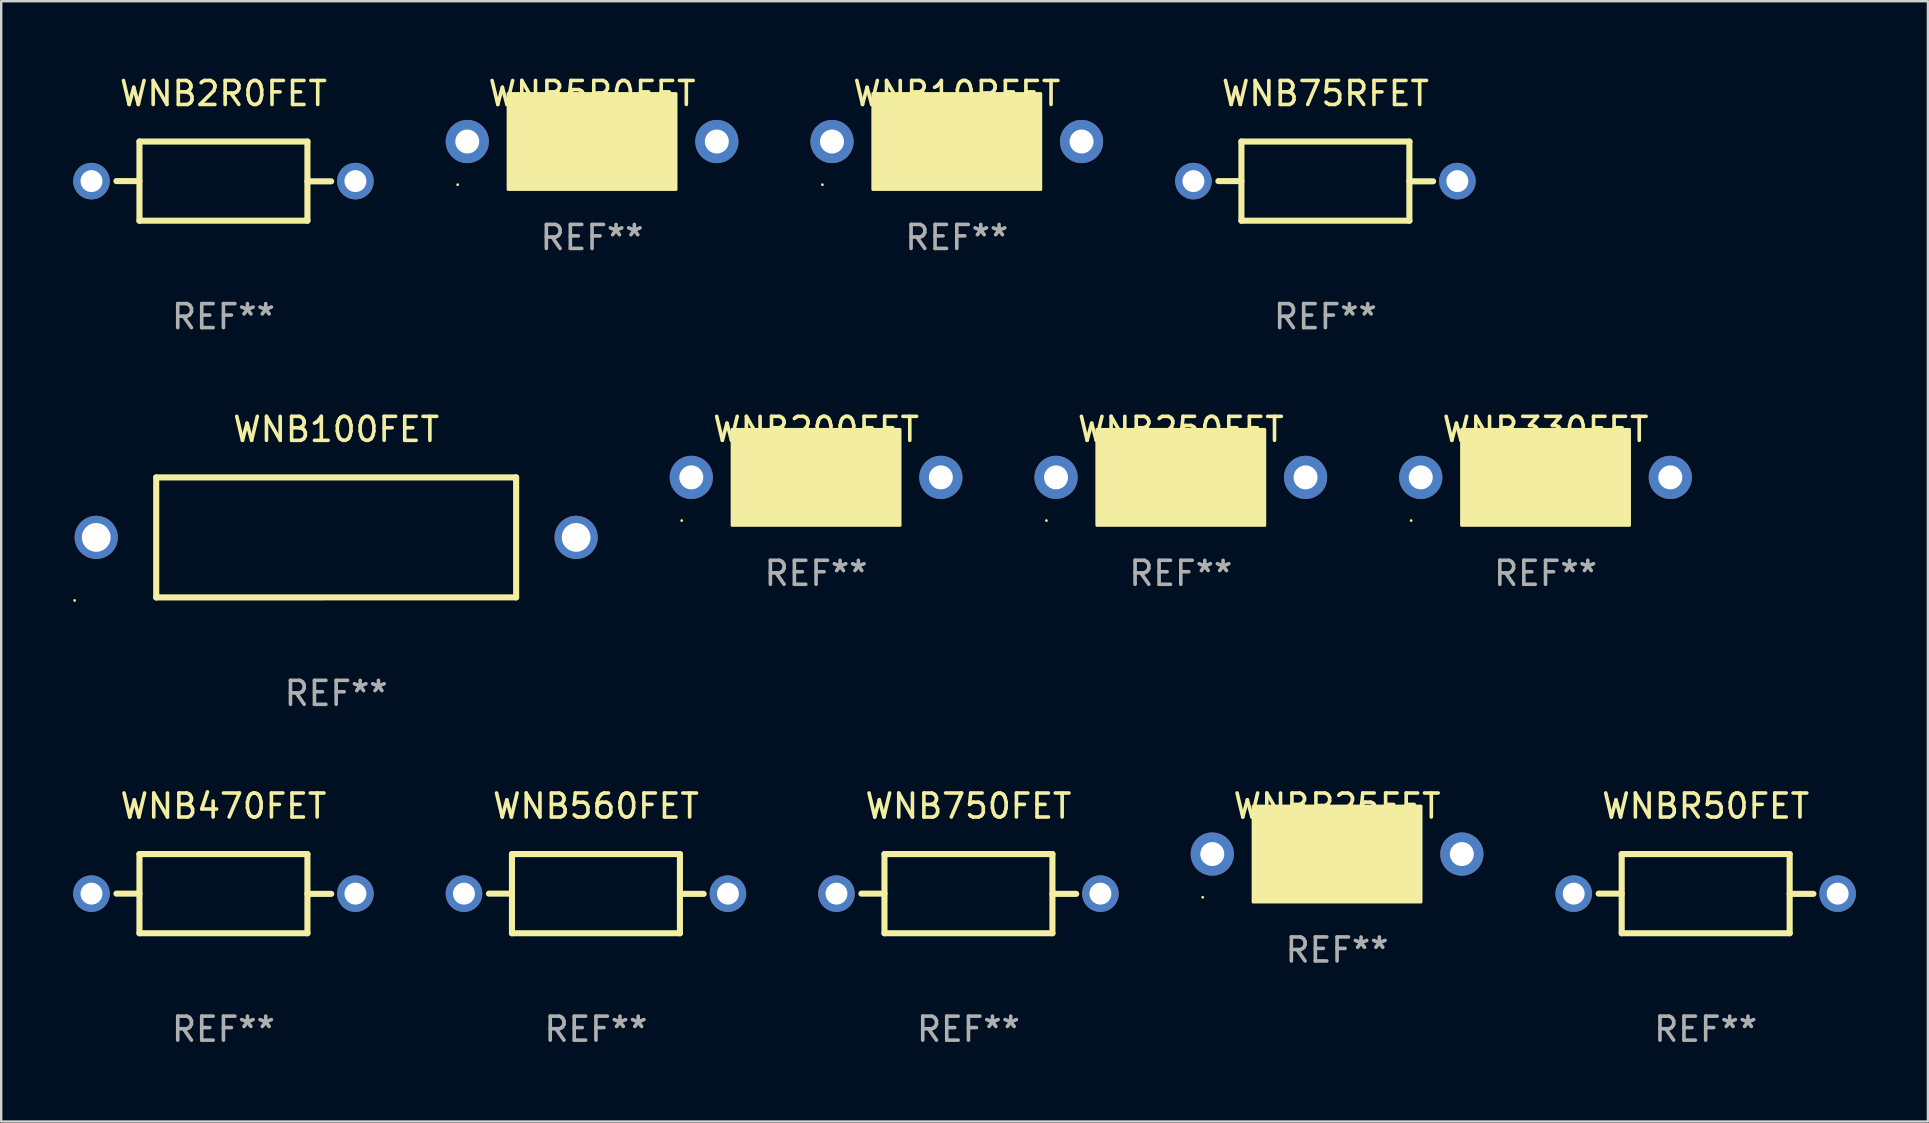
<source format=kicad_pcb>
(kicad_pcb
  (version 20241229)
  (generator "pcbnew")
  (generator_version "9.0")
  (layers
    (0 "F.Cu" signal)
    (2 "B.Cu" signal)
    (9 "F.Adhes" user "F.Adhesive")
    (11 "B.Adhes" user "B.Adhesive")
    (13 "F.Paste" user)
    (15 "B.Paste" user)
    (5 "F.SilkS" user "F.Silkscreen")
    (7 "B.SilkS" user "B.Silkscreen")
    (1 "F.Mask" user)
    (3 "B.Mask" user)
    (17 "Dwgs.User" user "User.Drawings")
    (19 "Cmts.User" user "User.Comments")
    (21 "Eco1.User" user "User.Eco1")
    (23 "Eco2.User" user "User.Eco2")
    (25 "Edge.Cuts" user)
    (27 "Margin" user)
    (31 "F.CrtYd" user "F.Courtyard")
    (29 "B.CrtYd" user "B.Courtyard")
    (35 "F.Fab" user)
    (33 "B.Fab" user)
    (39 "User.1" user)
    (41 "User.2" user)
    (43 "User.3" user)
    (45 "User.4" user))
  (footprint "WNB750FET"
    (layer "F.Cu")
    (at 37.31 34.193)
    (property "Reference" "WNB750FET" (at 0 -3.65 0) (layer "F.SilkS") (effects (font (size 1 1) (thickness 0.15))))
    (attr through_hole)
    (fp_line (start -3.5 -1.65) (end -3.5 1.65) (stroke (width 0.254) (type solid)) (layer "F.SilkS"))
    (fp_line (start -3.5 -1.65) (end 3.5 -1.65) (stroke (width 0.254) (type solid)) (layer "F.SilkS"))
    (fp_line (start -3.5 -0.000368) (end -4.46 -0.000368) (stroke (width 0.254) (type solid)) (layer "F.SilkS"))
    (fp_line (start -3.5 1.65) (end 3.5 1.65) (stroke (width 0.254) (type solid)) (layer "F.SilkS"))
    (fp_line (start 3.5 -1.65) (end 3.5 1.65) (stroke (width 0.254) (type solid)) (layer "F.SilkS"))
    (fp_line (start 3.5 0.009) (end 4.49 0.009) (stroke (width 0.254) (type solid)) (layer "F.SilkS"))
    (fp_text user "REF**" (at 0 5.65 0) (layer "F.Fab") (effects (font (size 1 1) (thickness 0.15))))
    (pad "1" thru_hole circle (at -5.5 0.000013) (size 1.524 1.524) (drill 0.914) (layers "*.Cu" "*.Mask"))
    (pad "2" thru_hole circle (at 5.5 0.000013) (size 1.524 1.524) (drill 0.914) (layers "*.Cu" "*.Mask")))
  (footprint "WNB330FET"
    (layer "F.Cu")
    (at 61.36 16.845)
    (property "Reference" "WNB330FET" (at 0 -2 0) (layer "F.SilkS") (effects (font (size 1 1) (thickness 0.15))))
    (attr through_hole)
    (fp_circle (center -5.6 1.8) (end -5.57 1.8) (stroke (width 0.06) (type solid)) (fill no) (layer "F.SilkS"))
    (fp_poly (pts (xy -3.5 -2) (xy 3.5 -2) (xy 3.5 2) (xy -3.5 2)) (stroke (width 0.12) (type solid)) (fill yes) (layer "F.SilkS"))
    (fp_text user "REF**" (at 0 4 0) (layer "F.Fab") (effects (font (size 1 1) (thickness 0.15))))
    (pad "1" thru_hole circle (at -5.2 0) (size 1.8 1.8) (drill 1) (layers "*.Cu" "*.Mask"))
    (pad "2" thru_hole circle (at 5.2 0) (size 1.8 1.8) (drill 1) (layers "*.Cu" "*.Mask")))
  (footprint "WNBR25FET"
    (layer "F.Cu")
    (at 52.672 32.543)
    (property "Reference" "WNBR25FET" (at 0 -2 0) (layer "F.SilkS") (effects (font (size 1 1) (thickness 0.15))))
    (attr through_hole)
    (fp_circle (center -5.6 1.8) (end -5.57 1.8) (stroke (width 0.06) (type solid)) (fill no) (layer "F.SilkS"))
    (fp_poly (pts (xy -3.5 -2) (xy 3.5 -2) (xy 3.5 2) (xy -3.5 2)) (stroke (width 0.12) (type solid)) (fill yes) (layer "F.SilkS"))
    (fp_text user "REF**" (at 0 4 0) (layer "F.Fab") (effects (font (size 1 1) (thickness 0.15))))
    (pad "1" thru_hole circle (at -5.2 0) (size 1.8 1.8) (drill 1) (layers "*.Cu" "*.Mask"))
    (pad "2" thru_hole circle (at 5.2 0) (size 1.8 1.8) (drill 1) (layers "*.Cu" "*.Mask")))
  (footprint "WNB100FET"
    (layer "F.Cu")
    (at 10.96 19.346)
    (property "Reference" "WNB100FET" (at 0 -4.501 0) (layer "F.SilkS") (effects (font (size 1 1) (thickness 0.15))))
    (attr through_hole)
    (fp_line (start -7.5 -2.5) (end 7.5 -2.501) (stroke (width 0.254) (type solid)) (layer "F.SilkS"))
    (fp_line (start -7.5 2.501) (end -7.5 -2.5) (stroke (width 0.254) (type solid)) (layer "F.SilkS"))
    (fp_line (start 7.5 -2.501) (end 7.5 2.499) (stroke (width 0.254) (type solid)) (layer "F.SilkS"))
    (fp_line (start 7.5 2.499) (end -7.5 2.501) (stroke (width 0.254) (type solid)) (layer "F.SilkS"))
    (fp_circle (center -10.9 2.628) (end -10.87 2.628) (stroke (width 0.06) (type solid)) (fill no) (layer "F.SilkS"))
    (fp_text user "REF**" (at 0 6.501 0) (layer "F.Fab") (effects (font (size 1 1) (thickness 0.15))))
    (pad "1" thru_hole circle (at -10 0.000013) (size 1.8 1.8) (drill 1.2) (layers "*.Cu" "*.Mask"))
    (pad "2" thru_hole circle (at 10 0.000013) (size 1.8 1.8) (drill 1.2) (layers "*.Cu" "*.Mask")))
  (footprint "WNB10RFET"
    (layer "F.Cu")
    (at 36.824 2.848)
    (property "Reference" "WNB10RFET" (at 0 -2 0) (layer "F.SilkS") (effects (font (size 1 1) (thickness 0.15))))
    (attr through_hole)
    (fp_circle (center -5.6 1.8) (end -5.57 1.8) (stroke (width 0.06) (type solid)) (fill no) (layer "F.SilkS"))
    (fp_poly (pts (xy -3.5 -2) (xy 3.5 -2) (xy 3.5 2) (xy -3.5 2)) (stroke (width 0.12) (type solid)) (fill yes) (layer "F.SilkS"))
    (fp_text user "REF**" (at 0 4 0) (layer "F.Fab") (effects (font (size 1 1) (thickness 0.15))))
    (pad "1" thru_hole circle (at -5.2 0) (size 1.8 1.8) (drill 1) (layers "*.Cu" "*.Mask"))
    (pad "2" thru_hole circle (at 5.2 0) (size 1.8 1.8) (drill 1) (layers "*.Cu" "*.Mask")))
  (footprint "WNB470FET"
    (layer "F.Cu")
    (at 6.262 34.193)
    (property "Reference" "WNB470FET" (at 0 -3.65 0) (layer "F.SilkS") (effects (font (size 1 1) (thickness 0.15))))
    (attr through_hole)
    (fp_line (start -3.5 -1.65) (end -3.5 1.65) (stroke (width 0.254) (type solid)) (layer "F.SilkS"))
    (fp_line (start -3.5 -1.65) (end 3.5 -1.65) (stroke (width 0.254) (type solid)) (layer "F.SilkS"))
    (fp_line (start -3.5 -0.000368) (end -4.46 -0.000368) (stroke (width 0.254) (type solid)) (layer "F.SilkS"))
    (fp_line (start -3.5 1.65) (end 3.5 1.65) (stroke (width 0.254) (type solid)) (layer "F.SilkS"))
    (fp_line (start 3.5 -1.65) (end 3.5 1.65) (stroke (width 0.254) (type solid)) (layer "F.SilkS"))
    (fp_line (start 3.5 0.009) (end 4.49 0.009) (stroke (width 0.254) (type solid)) (layer "F.SilkS"))
    (fp_text user "REF**" (at 0 5.65 0) (layer "F.Fab") (effects (font (size 1 1) (thickness 0.15))))
    (pad "1" thru_hole circle (at -5.5 0.000013) (size 1.524 1.524) (drill 0.914) (layers "*.Cu" "*.Mask"))
    (pad "2" thru_hole circle (at 5.5 0.000013) (size 1.524 1.524) (drill 0.914) (layers "*.Cu" "*.Mask")))
  (footprint "WNB560FET"
    (layer "F.Cu")
    (at 21.786 34.193)
    (property "Reference" "WNB560FET" (at 0 -3.65 0) (layer "F.SilkS") (effects (font (size 1 1) (thickness 0.15))))
    (attr through_hole)
    (fp_line (start -3.5 -1.65) (end -3.5 1.65) (stroke (width 0.254) (type solid)) (layer "F.SilkS"))
    (fp_line (start -3.5 -1.65) (end 3.5 -1.65) (stroke (width 0.254) (type solid)) (layer "F.SilkS"))
    (fp_line (start -3.5 -0.000368) (end -4.46 -0.000368) (stroke (width 0.254) (type solid)) (layer "F.SilkS"))
    (fp_line (start -3.5 1.65) (end 3.5 1.65) (stroke (width 0.254) (type solid)) (layer "F.SilkS"))
    (fp_line (start 3.5 -1.65) (end 3.5 1.65) (stroke (width 0.254) (type solid)) (layer "F.SilkS"))
    (fp_line (start 3.5 0.009) (end 4.49 0.009) (stroke (width 0.254) (type solid)) (layer "F.SilkS"))
    (fp_text user "REF**" (at 0 5.65 0) (layer "F.Fab") (effects (font (size 1 1) (thickness 0.15))))
    (pad "1" thru_hole circle (at -5.5 0.000013) (size 1.524 1.524) (drill 0.914) (layers "*.Cu" "*.Mask"))
    (pad "2" thru_hole circle (at 5.5 0.000013) (size 1.524 1.524) (drill 0.914) (layers "*.Cu" "*.Mask")))
  (footprint "WNB2R0FET"
    (layer "F.Cu")
    (at 6.262 4.498)
    (property "Reference" "WNB2R0FET" (at 0 -3.65 0) (layer "F.SilkS") (effects (font (size 1 1) (thickness 0.15))))
    (attr through_hole)
    (fp_line (start -3.5 -1.65) (end -3.5 1.65) (stroke (width 0.254) (type solid)) (layer "F.SilkS"))
    (fp_line (start -3.5 -1.65) (end 3.5 -1.65) (stroke (width 0.254) (type solid)) (layer "F.SilkS"))
    (fp_line (start -3.5 -0.000368) (end -4.46 -0.000368) (stroke (width 0.254) (type solid)) (layer "F.SilkS"))
    (fp_line (start -3.5 1.65) (end 3.5 1.65) (stroke (width 0.254) (type solid)) (layer "F.SilkS"))
    (fp_line (start 3.5 -1.65) (end 3.5 1.65) (stroke (width 0.254) (type solid)) (layer "F.SilkS"))
    (fp_line (start 3.5 0.009) (end 4.49 0.009) (stroke (width 0.254) (type solid)) (layer "F.SilkS"))
    (fp_text user "REF**" (at 0 5.65 0) (layer "F.Fab") (effects (font (size 1 1) (thickness 0.15))))
    (pad "1" thru_hole circle (at -5.5 0.000013) (size 1.524 1.524) (drill 0.914) (layers "*.Cu" "*.Mask"))
    (pad "2" thru_hole circle (at 5.5 0.000013) (size 1.524 1.524) (drill 0.914) (layers "*.Cu" "*.Mask")))
  (footprint "WNBR50FET"
    (layer "F.Cu")
    (at 68.034 34.193)
    (property "Reference" "WNBR50FET" (at 0 -3.65 0) (layer "F.SilkS") (effects (font (size 1 1) (thickness 0.15))))
    (attr through_hole)
    (fp_line (start -3.5 -1.65) (end -3.5 1.65) (stroke (width 0.254) (type solid)) (layer "F.SilkS"))
    (fp_line (start -3.5 -1.65) (end 3.5 -1.65) (stroke (width 0.254) (type solid)) (layer "F.SilkS"))
    (fp_line (start -3.5 -0.000368) (end -4.46 -0.000368) (stroke (width 0.254) (type solid)) (layer "F.SilkS"))
    (fp_line (start -3.5 1.65) (end 3.5 1.65) (stroke (width 0.254) (type solid)) (layer "F.SilkS"))
    (fp_line (start 3.5 -1.65) (end 3.5 1.65) (stroke (width 0.254) (type solid)) (layer "F.SilkS"))
    (fp_line (start 3.5 0.009) (end 4.49 0.009) (stroke (width 0.254) (type solid)) (layer "F.SilkS"))
    (fp_text user "REF**" (at 0 5.65 0) (layer "F.Fab") (effects (font (size 1 1) (thickness 0.15))))
    (pad "1" thru_hole circle (at -5.5 0.000013) (size 1.524 1.524) (drill 0.914) (layers "*.Cu" "*.Mask"))
    (pad "2" thru_hole circle (at 5.5 0.000013) (size 1.524 1.524) (drill 0.914) (layers "*.Cu" "*.Mask")))
  (footprint "WNB75RFET"
    (layer "F.Cu")
    (at 52.186 4.498)
    (property "Reference" "WNB75RFET" (at 0 -3.65 0) (layer "F.SilkS") (effects (font (size 1 1) (thickness 0.15))))
    (attr through_hole)
    (fp_line (start -3.5 -1.65) (end -3.5 1.65) (stroke (width 0.254) (type solid)) (layer "F.SilkS"))
    (fp_line (start -3.5 -1.65) (end 3.5 -1.65) (stroke (width 0.254) (type solid)) (layer "F.SilkS"))
    (fp_line (start -3.5 -0.000368) (end -4.46 -0.000368) (stroke (width 0.254) (type solid)) (layer "F.SilkS"))
    (fp_line (start -3.5 1.65) (end 3.5 1.65) (stroke (width 0.254) (type solid)) (layer "F.SilkS"))
    (fp_line (start 3.5 -1.65) (end 3.5 1.65) (stroke (width 0.254) (type solid)) (layer "F.SilkS"))
    (fp_line (start 3.5 0.009) (end 4.49 0.009) (stroke (width 0.254) (type solid)) (layer "F.SilkS"))
    (fp_text user "REF**" (at 0 5.65 0) (layer "F.Fab") (effects (font (size 1 1) (thickness 0.15))))
    (pad "1" thru_hole circle (at -5.5 0.000013) (size 1.524 1.524) (drill 0.914) (layers "*.Cu" "*.Mask"))
    (pad "2" thru_hole circle (at 5.5 0.000013) (size 1.524 1.524) (drill 0.914) (layers "*.Cu" "*.Mask")))
  (footprint "WNB200FET"
    (layer "F.Cu")
    (at 30.96 16.845)
    (property "Reference" "WNB200FET" (at 0 -2 0) (layer "F.SilkS") (effects (font (size 1 1) (thickness 0.15))))
    (attr through_hole)
    (fp_circle (center -5.6 1.8) (end -5.57 1.8) (stroke (width 0.06) (type solid)) (fill no) (layer "F.SilkS"))
    (fp_poly (pts (xy -3.5 -2) (xy 3.5 -2) (xy 3.5 2) (xy -3.5 2)) (stroke (width 0.12) (type solid)) (fill yes) (layer "F.SilkS"))
    (fp_text user "REF**" (at 0 4 0) (layer "F.Fab") (effects (font (size 1 1) (thickness 0.15))))
    (pad "1" thru_hole circle (at -5.2 0) (size 1.8 1.8) (drill 1) (layers "*.Cu" "*.Mask"))
    (pad "2" thru_hole circle (at 5.2 0) (size 1.8 1.8) (drill 1) (layers "*.Cu" "*.Mask")))
  (footprint "WNB250FET"
    (layer "F.Cu")
    (at 46.16 16.845)
    (property "Reference" "WNB250FET" (at 0 -2 0) (layer "F.SilkS") (effects (font (size 1 1) (thickness 0.15))))
    (attr through_hole)
    (fp_circle (center -5.6 1.8) (end -5.57 1.8) (stroke (width 0.06) (type solid)) (fill no) (layer "F.SilkS"))
    (fp_poly (pts (xy -3.5 -2) (xy 3.5 -2) (xy 3.5 2) (xy -3.5 2)) (stroke (width 0.12) (type solid)) (fill yes) (layer "F.SilkS"))
    (fp_text user "REF**" (at 0 4 0) (layer "F.Fab") (effects (font (size 1 1) (thickness 0.15))))
    (pad "1" thru_hole circle (at -5.2 0) (size 1.8 1.8) (drill 1) (layers "*.Cu" "*.Mask"))
    (pad "2" thru_hole circle (at 5.2 0) (size 1.8 1.8) (drill 1) (layers "*.Cu" "*.Mask")))
  (footprint "WNB5R0FET"
    (layer "F.Cu")
    (at 21.624 2.848)
    (property "Reference" "WNB5R0FET" (at 0 -2 0) (layer "F.SilkS") (effects (font (size 1 1) (thickness 0.15))))
    (attr through_hole)
    (fp_circle (center -5.6 1.8) (end -5.57 1.8) (stroke (width 0.06) (type solid)) (fill no) (layer "F.SilkS"))
    (fp_poly (pts (xy -3.5 -2) (xy 3.5 -2) (xy 3.5 2) (xy -3.5 2)) (stroke (width 0.12) (type solid)) (fill yes) (layer "F.SilkS"))
    (fp_text user "REF**" (at 0 4 0) (layer "F.Fab") (effects (font (size 1 1) (thickness 0.15))))
    (pad "1" thru_hole circle (at -5.2 0) (size 1.8 1.8) (drill 1) (layers "*.Cu" "*.Mask"))
    (pad "2" thru_hole circle (at 5.2 0) (size 1.8 1.8) (drill 1) (layers "*.Cu" "*.Mask")))
  (gr_rect
    (start -3 -3)
    (end 77.296 43.691)
    (stroke (width 0.1) (type default))
    (fill no)
    (layer "Edge.Cuts")))
</source>
